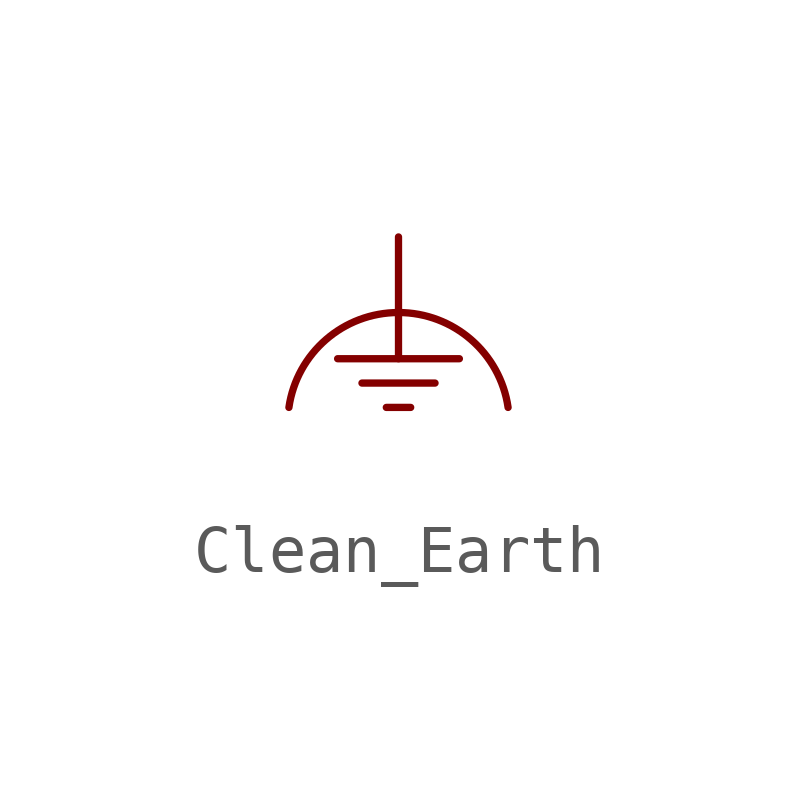
<source format=kicad_sym>
(kicad_symbol_lib
  (version 20220914)
  (generator kicad_symbol_editor)
  (symbol "Clean_Earth"
    (power)
    (pin_numbers hide)
    (pin_names
      (offset 0) hide)
    (property "Reference" "#PWR"
      (at -0.254 -2.794 0)
      (effects (font (size 1.27 1.27)) hide))
    (property "Footprint" ""
      (at 0 2.54 0)
      (effects (font (size 1.524 1.524))))
    (property "Datasheet" ""
      (at -0.508 -2.286 0)
      (effects (font (size 1.524 1.524))))
    (symbol "Clean_Earth_0_1"
      (polyline (pts (xy -0.762 -0.508) (xy 0.762 -0.508)) (stroke (width 0) (type default)) (fill (type none)))
      (polyline (pts (xy -0.254 -1.016) (xy 0.254 -1.016)) (stroke (width 0) (type default)) (fill (type none)))
      (polyline (pts (xy 0 0) (xy 1.27 0)) (stroke (width 0) (type default)) (fill (type none)))
      (polyline (pts (xy 0 2.54) (xy 0 0) (xy -1.27 0)) (stroke (width 0) (type default)) (fill (type none)))
      (arc (start 2.286 -1.016) (mid 0 0.9635) (end -2.286 -1.016) (stroke (width 0) (type default)) (fill (type none))))
    (symbol "Clean_Earth_1_1"
      (pin power_in line (at 0 2.54 90) (length 0) hide (name "Clean_Earth" (effects (font (size 1.27 1.27)))) (number "1" (effects (font (size 1.27 1.27))))))))
</source>
